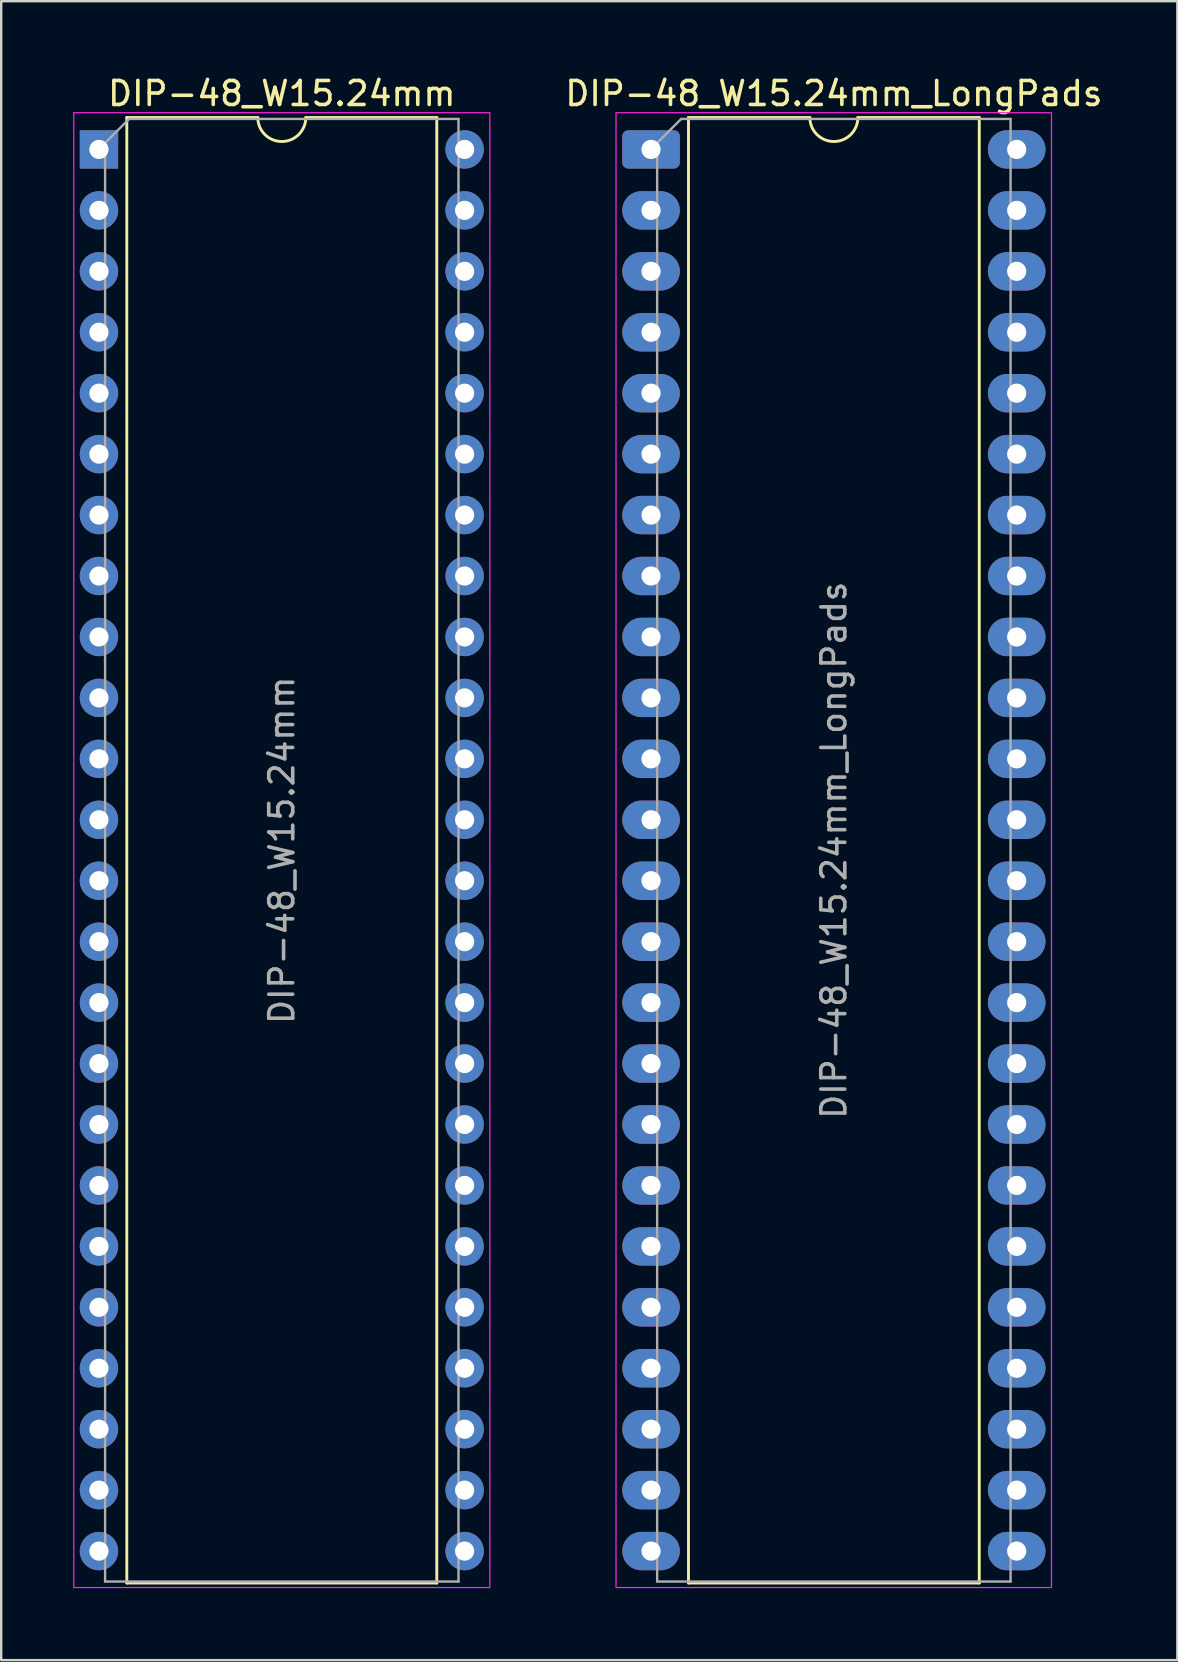
<source format=kicad_pcb>
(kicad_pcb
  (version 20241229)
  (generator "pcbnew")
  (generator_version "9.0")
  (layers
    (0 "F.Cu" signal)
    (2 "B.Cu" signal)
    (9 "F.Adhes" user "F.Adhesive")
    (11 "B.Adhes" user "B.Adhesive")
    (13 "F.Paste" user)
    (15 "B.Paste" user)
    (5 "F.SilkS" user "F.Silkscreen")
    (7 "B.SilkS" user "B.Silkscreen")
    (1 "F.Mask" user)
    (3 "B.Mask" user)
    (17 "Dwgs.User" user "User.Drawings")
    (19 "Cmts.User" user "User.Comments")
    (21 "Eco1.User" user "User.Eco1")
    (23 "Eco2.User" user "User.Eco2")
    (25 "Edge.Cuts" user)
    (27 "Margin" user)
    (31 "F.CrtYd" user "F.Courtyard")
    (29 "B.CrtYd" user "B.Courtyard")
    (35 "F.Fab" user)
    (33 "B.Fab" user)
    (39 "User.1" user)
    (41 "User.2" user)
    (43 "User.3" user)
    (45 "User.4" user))
  (footprint "DIP-48_W15.24mm"
    (layer "F.Cu")
    (at 1.075 3.178)
    (property "Reference" "DIP-48_W15.24mm" (at 7.62 -2.33 0) (layer "F.SilkS") (effects (font (size 1 1) (thickness 0.15))))
    (attr through_hole)
    (fp_line (start 1.16 -1.33) (end 1.16 59.75) (stroke (width 0.12) (type solid)) (layer "F.SilkS"))
    (fp_line (start 1.16 59.75) (end 14.08 59.75) (stroke (width 0.12) (type solid)) (layer "F.SilkS"))
    (fp_line (start 6.62 -1.33) (end 1.16 -1.33) (stroke (width 0.12) (type solid)) (layer "F.SilkS"))
    (fp_line (start 14.08 -1.33) (end 8.62 -1.33) (stroke (width 0.12) (type solid)) (layer "F.SilkS"))
    (fp_line (start 14.08 59.75) (end 14.08 -1.33) (stroke (width 0.12) (type solid)) (layer "F.SilkS"))
    (fp_arc (start 8.62 -1.33) (mid 7.62 -0.33) (end 6.62 -1.33) (stroke (width 0.12) (type solid)) (layer "F.SilkS"))
    (fp_line (start -1.05 -1.53) (end -1.05 59.94) (stroke (width 0.05) (type solid)) (layer "F.CrtYd"))
    (fp_line (start -1.05 59.94) (end 16.29 59.94) (stroke (width 0.05) (type solid)) (layer "F.CrtYd"))
    (fp_line (start 16.29 -1.53) (end -1.05 -1.53) (stroke (width 0.05) (type solid)) (layer "F.CrtYd"))
    (fp_line (start 16.29 59.94) (end 16.29 -1.53) (stroke (width 0.05) (type solid)) (layer "F.CrtYd"))
    (fp_line (start 0.255 -0.27) (end 1.255 -1.27) (stroke (width 0.1) (type solid)) (layer "F.Fab"))
    (fp_line (start 0.255 59.69) (end 0.255 -0.27) (stroke (width 0.1) (type solid)) (layer "F.Fab"))
    (fp_line (start 1.255 -1.27) (end 14.985 -1.27) (stroke (width 0.1) (type solid)) (layer "F.Fab"))
    (fp_line (start 14.985 -1.27) (end 14.985 59.69) (stroke (width 0.1) (type solid)) (layer "F.Fab"))
    (fp_line (start 14.985 59.69) (end 0.255 59.69) (stroke (width 0.1) (type solid)) (layer "F.Fab"))
    (fp_text user "${REFERENCE}" (at 7.62 29.21 90) (layer "F.Fab") (effects (font (size 1 1) (thickness 0.15))))
    (pad "1" thru_hole rect (at 0 0) (size 1.6 1.6) (drill 0.8) (layers "*.Cu" "*.Mask"))
    (pad "2" thru_hole circle (at 0 2.54) (size 1.6 1.6) (drill 0.8) (layers "*.Cu" "*.Mask"))
    (pad "3" thru_hole circle (at 0 5.08) (size 1.6 1.6) (drill 0.8) (layers "*.Cu" "*.Mask"))
    (pad "4" thru_hole circle (at 0 7.62) (size 1.6 1.6) (drill 0.8) (layers "*.Cu" "*.Mask"))
    (pad "5" thru_hole circle (at 0 10.16) (size 1.6 1.6) (drill 0.8) (layers "*.Cu" "*.Mask"))
    (pad "6" thru_hole circle (at 0 12.7) (size 1.6 1.6) (drill 0.8) (layers "*.Cu" "*.Mask"))
    (pad "7" thru_hole circle (at 0 15.24) (size 1.6 1.6) (drill 0.8) (layers "*.Cu" "*.Mask"))
    (pad "8" thru_hole circle (at 0 17.78) (size 1.6 1.6) (drill 0.8) (layers "*.Cu" "*.Mask"))
    (pad "9" thru_hole circle (at 0 20.32) (size 1.6 1.6) (drill 0.8) (layers "*.Cu" "*.Mask"))
    (pad "10" thru_hole circle (at 0 22.86) (size 1.6 1.6) (drill 0.8) (layers "*.Cu" "*.Mask"))
    (pad "11" thru_hole circle (at 0 25.4) (size 1.6 1.6) (drill 0.8) (layers "*.Cu" "*.Mask"))
    (pad "12" thru_hole circle (at 0 27.94) (size 1.6 1.6) (drill 0.8) (layers "*.Cu" "*.Mask"))
    (pad "13" thru_hole circle (at 0 30.48) (size 1.6 1.6) (drill 0.8) (layers "*.Cu" "*.Mask"))
    (pad "14" thru_hole circle (at 0 33.02) (size 1.6 1.6) (drill 0.8) (layers "*.Cu" "*.Mask"))
    (pad "15" thru_hole circle (at 0 35.56) (size 1.6 1.6) (drill 0.8) (layers "*.Cu" "*.Mask"))
    (pad "16" thru_hole circle (at 0 38.1) (size 1.6 1.6) (drill 0.8) (layers "*.Cu" "*.Mask"))
    (pad "17" thru_hole circle (at 0 40.64) (size 1.6 1.6) (drill 0.8) (layers "*.Cu" "*.Mask"))
    (pad "18" thru_hole circle (at 0 43.18) (size 1.6 1.6) (drill 0.8) (layers "*.Cu" "*.Mask"))
    (pad "19" thru_hole circle (at 0 45.72) (size 1.6 1.6) (drill 0.8) (layers "*.Cu" "*.Mask"))
    (pad "20" thru_hole circle (at 0 48.26) (size 1.6 1.6) (drill 0.8) (layers "*.Cu" "*.Mask"))
    (pad "21" thru_hole circle (at 0 50.8) (size 1.6 1.6) (drill 0.8) (layers "*.Cu" "*.Mask"))
    (pad "22" thru_hole circle (at 0 53.34) (size 1.6 1.6) (drill 0.8) (layers "*.Cu" "*.Mask"))
    (pad "23" thru_hole circle (at 0 55.88) (size 1.6 1.6) (drill 0.8) (layers "*.Cu" "*.Mask"))
    (pad "24" thru_hole circle (at 0 58.42) (size 1.6 1.6) (drill 0.8) (layers "*.Cu" "*.Mask"))
    (pad "25" thru_hole circle (at 15.24 58.42) (size 1.6 1.6) (drill 0.8) (layers "*.Cu" "*.Mask"))
    (pad "26" thru_hole circle (at 15.24 55.88) (size 1.6 1.6) (drill 0.8) (layers "*.Cu" "*.Mask"))
    (pad "27" thru_hole circle (at 15.24 53.34) (size 1.6 1.6) (drill 0.8) (layers "*.Cu" "*.Mask"))
    (pad "28" thru_hole circle (at 15.24 50.8) (size 1.6 1.6) (drill 0.8) (layers "*.Cu" "*.Mask"))
    (pad "29" thru_hole circle (at 15.24 48.26) (size 1.6 1.6) (drill 0.8) (layers "*.Cu" "*.Mask"))
    (pad "30" thru_hole circle (at 15.24 45.72) (size 1.6 1.6) (drill 0.8) (layers "*.Cu" "*.Mask"))
    (pad "31" thru_hole circle (at 15.24 43.18) (size 1.6 1.6) (drill 0.8) (layers "*.Cu" "*.Mask"))
    (pad "32" thru_hole circle (at 15.24 40.64) (size 1.6 1.6) (drill 0.8) (layers "*.Cu" "*.Mask"))
    (pad "33" thru_hole circle (at 15.24 38.1) (size 1.6 1.6) (drill 0.8) (layers "*.Cu" "*.Mask"))
    (pad "34" thru_hole circle (at 15.24 35.56) (size 1.6 1.6) (drill 0.8) (layers "*.Cu" "*.Mask"))
    (pad "35" thru_hole circle (at 15.24 33.02) (size 1.6 1.6) (drill 0.8) (layers "*.Cu" "*.Mask"))
    (pad "36" thru_hole circle (at 15.24 30.48) (size 1.6 1.6) (drill 0.8) (layers "*.Cu" "*.Mask"))
    (pad "37" thru_hole circle (at 15.24 27.94) (size 1.6 1.6) (drill 0.8) (layers "*.Cu" "*.Mask"))
    (pad "38" thru_hole circle (at 15.24 25.4) (size 1.6 1.6) (drill 0.8) (layers "*.Cu" "*.Mask"))
    (pad "39" thru_hole circle (at 15.24 22.86) (size 1.6 1.6) (drill 0.8) (layers "*.Cu" "*.Mask"))
    (pad "40" thru_hole circle (at 15.24 20.32) (size 1.6 1.6) (drill 0.8) (layers "*.Cu" "*.Mask"))
    (pad "41" thru_hole circle (at 15.24 17.78) (size 1.6 1.6) (drill 0.8) (layers "*.Cu" "*.Mask"))
    (pad "42" thru_hole circle (at 15.24 15.24) (size 1.6 1.6) (drill 0.8) (layers "*.Cu" "*.Mask"))
    (pad "43" thru_hole circle (at 15.24 12.7) (size 1.6 1.6) (drill 0.8) (layers "*.Cu" "*.Mask"))
    (pad "44" thru_hole circle (at 15.24 10.16) (size 1.6 1.6) (drill 0.8) (layers "*.Cu" "*.Mask"))
    (pad "45" thru_hole circle (at 15.24 7.62) (size 1.6 1.6) (drill 0.8) (layers "*.Cu" "*.Mask"))
    (pad "46" thru_hole circle (at 15.24 5.08) (size 1.6 1.6) (drill 0.8) (layers "*.Cu" "*.Mask"))
    (pad "47" thru_hole circle (at 15.24 2.54) (size 1.6 1.6) (drill 0.8) (layers "*.Cu" "*.Mask"))
    (pad "48" thru_hole circle (at 15.24 0) (size 1.6 1.6) (drill 0.8) (layers "*.Cu" "*.Mask")))
  (footprint "DIP-48_W15.24mm_LongPads"
    (layer "F.Cu")
    (at 24.085 3.178)
    (property "Reference" "DIP-48_W15.24mm_LongPads" (at 7.62 -2.33 0) (layer "F.SilkS") (effects (font (size 1 1) (thickness 0.15))))
    (attr through_hole)
    (fp_line (start 1.56 -1.33) (end 1.56 59.75) (stroke (width 0.12) (type solid)) (layer "F.SilkS"))
    (fp_line (start 1.56 59.75) (end 13.68 59.75) (stroke (width 0.12) (type solid)) (layer "F.SilkS"))
    (fp_line (start 6.62 -1.33) (end 1.56 -1.33) (stroke (width 0.12) (type solid)) (layer "F.SilkS"))
    (fp_line (start 13.68 -1.33) (end 8.62 -1.33) (stroke (width 0.12) (type solid)) (layer "F.SilkS"))
    (fp_line (start 13.68 59.75) (end 13.68 -1.33) (stroke (width 0.12) (type solid)) (layer "F.SilkS"))
    (fp_arc (start 8.62 -1.33) (mid 7.62 -0.33) (end 6.62 -1.33) (stroke (width 0.12) (type solid)) (layer "F.SilkS"))
    (fp_rect (start -1.46 -1.53) (end 16.69 59.94) (stroke (width 0.05) (type solid)) (fill no) (layer "F.CrtYd"))
    (fp_line (start 0.255 -0.27) (end 1.255 -1.27) (stroke (width 0.1) (type solid)) (layer "F.Fab"))
    (fp_line (start 0.255 59.69) (end 0.255 -0.27) (stroke (width 0.1) (type solid)) (layer "F.Fab"))
    (fp_line (start 1.255 -1.27) (end 14.985 -1.27) (stroke (width 0.1) (type solid)) (layer "F.Fab"))
    (fp_line (start 14.985 -1.27) (end 14.985 59.69) (stroke (width 0.1) (type solid)) (layer "F.Fab"))
    (fp_line (start 14.985 59.69) (end 0.255 59.69) (stroke (width 0.1) (type solid)) (layer "F.Fab"))
    (fp_text user "${REFERENCE}" (at 7.62 29.21 90) (layer "F.Fab") (effects (font (size 1 1) (thickness 0.15))))
    (pad "1" thru_hole roundrect (at 0 0) (size 2.4 1.6) (drill 0.8) (layers "*.Cu" "*.Mask") (roundrect_rratio 0.156))
    (pad "2" thru_hole oval (at 0 2.54) (size 2.4 1.6) (drill 0.8) (layers "*.Cu" "*.Mask"))
    (pad "3" thru_hole oval (at 0 5.08) (size 2.4 1.6) (drill 0.8) (layers "*.Cu" "*.Mask"))
    (pad "4" thru_hole oval (at 0 7.62) (size 2.4 1.6) (drill 0.8) (layers "*.Cu" "*.Mask"))
    (pad "5" thru_hole oval (at 0 10.16) (size 2.4 1.6) (drill 0.8) (layers "*.Cu" "*.Mask"))
    (pad "6" thru_hole oval (at 0 12.7) (size 2.4 1.6) (drill 0.8) (layers "*.Cu" "*.Mask"))
    (pad "7" thru_hole oval (at 0 15.24) (size 2.4 1.6) (drill 0.8) (layers "*.Cu" "*.Mask"))
    (pad "8" thru_hole oval (at 0 17.78) (size 2.4 1.6) (drill 0.8) (layers "*.Cu" "*.Mask"))
    (pad "9" thru_hole oval (at 0 20.32) (size 2.4 1.6) (drill 0.8) (layers "*.Cu" "*.Mask"))
    (pad "10" thru_hole oval (at 0 22.86) (size 2.4 1.6) (drill 0.8) (layers "*.Cu" "*.Mask"))
    (pad "11" thru_hole oval (at 0 25.4) (size 2.4 1.6) (drill 0.8) (layers "*.Cu" "*.Mask"))
    (pad "12" thru_hole oval (at 0 27.94) (size 2.4 1.6) (drill 0.8) (layers "*.Cu" "*.Mask"))
    (pad "13" thru_hole oval (at 0 30.48) (size 2.4 1.6) (drill 0.8) (layers "*.Cu" "*.Mask"))
    (pad "14" thru_hole oval (at 0 33.02) (size 2.4 1.6) (drill 0.8) (layers "*.Cu" "*.Mask"))
    (pad "15" thru_hole oval (at 0 35.56) (size 2.4 1.6) (drill 0.8) (layers "*.Cu" "*.Mask"))
    (pad "16" thru_hole oval (at 0 38.1) (size 2.4 1.6) (drill 0.8) (layers "*.Cu" "*.Mask"))
    (pad "17" thru_hole oval (at 0 40.64) (size 2.4 1.6) (drill 0.8) (layers "*.Cu" "*.Mask"))
    (pad "18" thru_hole oval (at 0 43.18) (size 2.4 1.6) (drill 0.8) (layers "*.Cu" "*.Mask"))
    (pad "19" thru_hole oval (at 0 45.72) (size 2.4 1.6) (drill 0.8) (layers "*.Cu" "*.Mask"))
    (pad "20" thru_hole oval (at 0 48.26) (size 2.4 1.6) (drill 0.8) (layers "*.Cu" "*.Mask"))
    (pad "21" thru_hole oval (at 0 50.8) (size 2.4 1.6) (drill 0.8) (layers "*.Cu" "*.Mask"))
    (pad "22" thru_hole oval (at 0 53.34) (size 2.4 1.6) (drill 0.8) (layers "*.Cu" "*.Mask"))
    (pad "23" thru_hole oval (at 0 55.88) (size 2.4 1.6) (drill 0.8) (layers "*.Cu" "*.Mask"))
    (pad "24" thru_hole oval (at 0 58.42) (size 2.4 1.6) (drill 0.8) (layers "*.Cu" "*.Mask"))
    (pad "25" thru_hole oval (at 15.24 58.42) (size 2.4 1.6) (drill 0.8) (layers "*.Cu" "*.Mask"))
    (pad "26" thru_hole oval (at 15.24 55.88) (size 2.4 1.6) (drill 0.8) (layers "*.Cu" "*.Mask"))
    (pad "27" thru_hole oval (at 15.24 53.34) (size 2.4 1.6) (drill 0.8) (layers "*.Cu" "*.Mask"))
    (pad "28" thru_hole oval (at 15.24 50.8) (size 2.4 1.6) (drill 0.8) (layers "*.Cu" "*.Mask"))
    (pad "29" thru_hole oval (at 15.24 48.26) (size 2.4 1.6) (drill 0.8) (layers "*.Cu" "*.Mask"))
    (pad "30" thru_hole oval (at 15.24 45.72) (size 2.4 1.6) (drill 0.8) (layers "*.Cu" "*.Mask"))
    (pad "31" thru_hole oval (at 15.24 43.18) (size 2.4 1.6) (drill 0.8) (layers "*.Cu" "*.Mask"))
    (pad "32" thru_hole oval (at 15.24 40.64) (size 2.4 1.6) (drill 0.8) (layers "*.Cu" "*.Mask"))
    (pad "33" thru_hole oval (at 15.24 38.1) (size 2.4 1.6) (drill 0.8) (layers "*.Cu" "*.Mask"))
    (pad "34" thru_hole oval (at 15.24 35.56) (size 2.4 1.6) (drill 0.8) (layers "*.Cu" "*.Mask"))
    (pad "35" thru_hole oval (at 15.24 33.02) (size 2.4 1.6) (drill 0.8) (layers "*.Cu" "*.Mask"))
    (pad "36" thru_hole oval (at 15.24 30.48) (size 2.4 1.6) (drill 0.8) (layers "*.Cu" "*.Mask"))
    (pad "37" thru_hole oval (at 15.24 27.94) (size 2.4 1.6) (drill 0.8) (layers "*.Cu" "*.Mask"))
    (pad "38" thru_hole oval (at 15.24 25.4) (size 2.4 1.6) (drill 0.8) (layers "*.Cu" "*.Mask"))
    (pad "39" thru_hole oval (at 15.24 22.86) (size 2.4 1.6) (drill 0.8) (layers "*.Cu" "*.Mask"))
    (pad "40" thru_hole oval (at 15.24 20.32) (size 2.4 1.6) (drill 0.8) (layers "*.Cu" "*.Mask"))
    (pad "41" thru_hole oval (at 15.24 17.78) (size 2.4 1.6) (drill 0.8) (layers "*.Cu" "*.Mask"))
    (pad "42" thru_hole oval (at 15.24 15.24) (size 2.4 1.6) (drill 0.8) (layers "*.Cu" "*.Mask"))
    (pad "43" thru_hole oval (at 15.24 12.7) (size 2.4 1.6) (drill 0.8) (layers "*.Cu" "*.Mask"))
    (pad "44" thru_hole oval (at 15.24 10.16) (size 2.4 1.6) (drill 0.8) (layers "*.Cu" "*.Mask"))
    (pad "45" thru_hole oval (at 15.24 7.62) (size 2.4 1.6) (drill 0.8) (layers "*.Cu" "*.Mask"))
    (pad "46" thru_hole oval (at 15.24 5.08) (size 2.4 1.6) (drill 0.8) (layers "*.Cu" "*.Mask"))
    (pad "47" thru_hole oval (at 15.24 2.54) (size 2.4 1.6) (drill 0.8) (layers "*.Cu" "*.Mask"))
    (pad "48" thru_hole oval (at 15.24 0) (size 2.4 1.6) (drill 0.8) (layers "*.Cu" "*.Mask")))
  (gr_rect
    (start -3 -3)
    (end 46.021 66.143)
    (stroke (width 0.1) (type default))
    (fill no)
    (layer "Edge.Cuts")))
</source>
